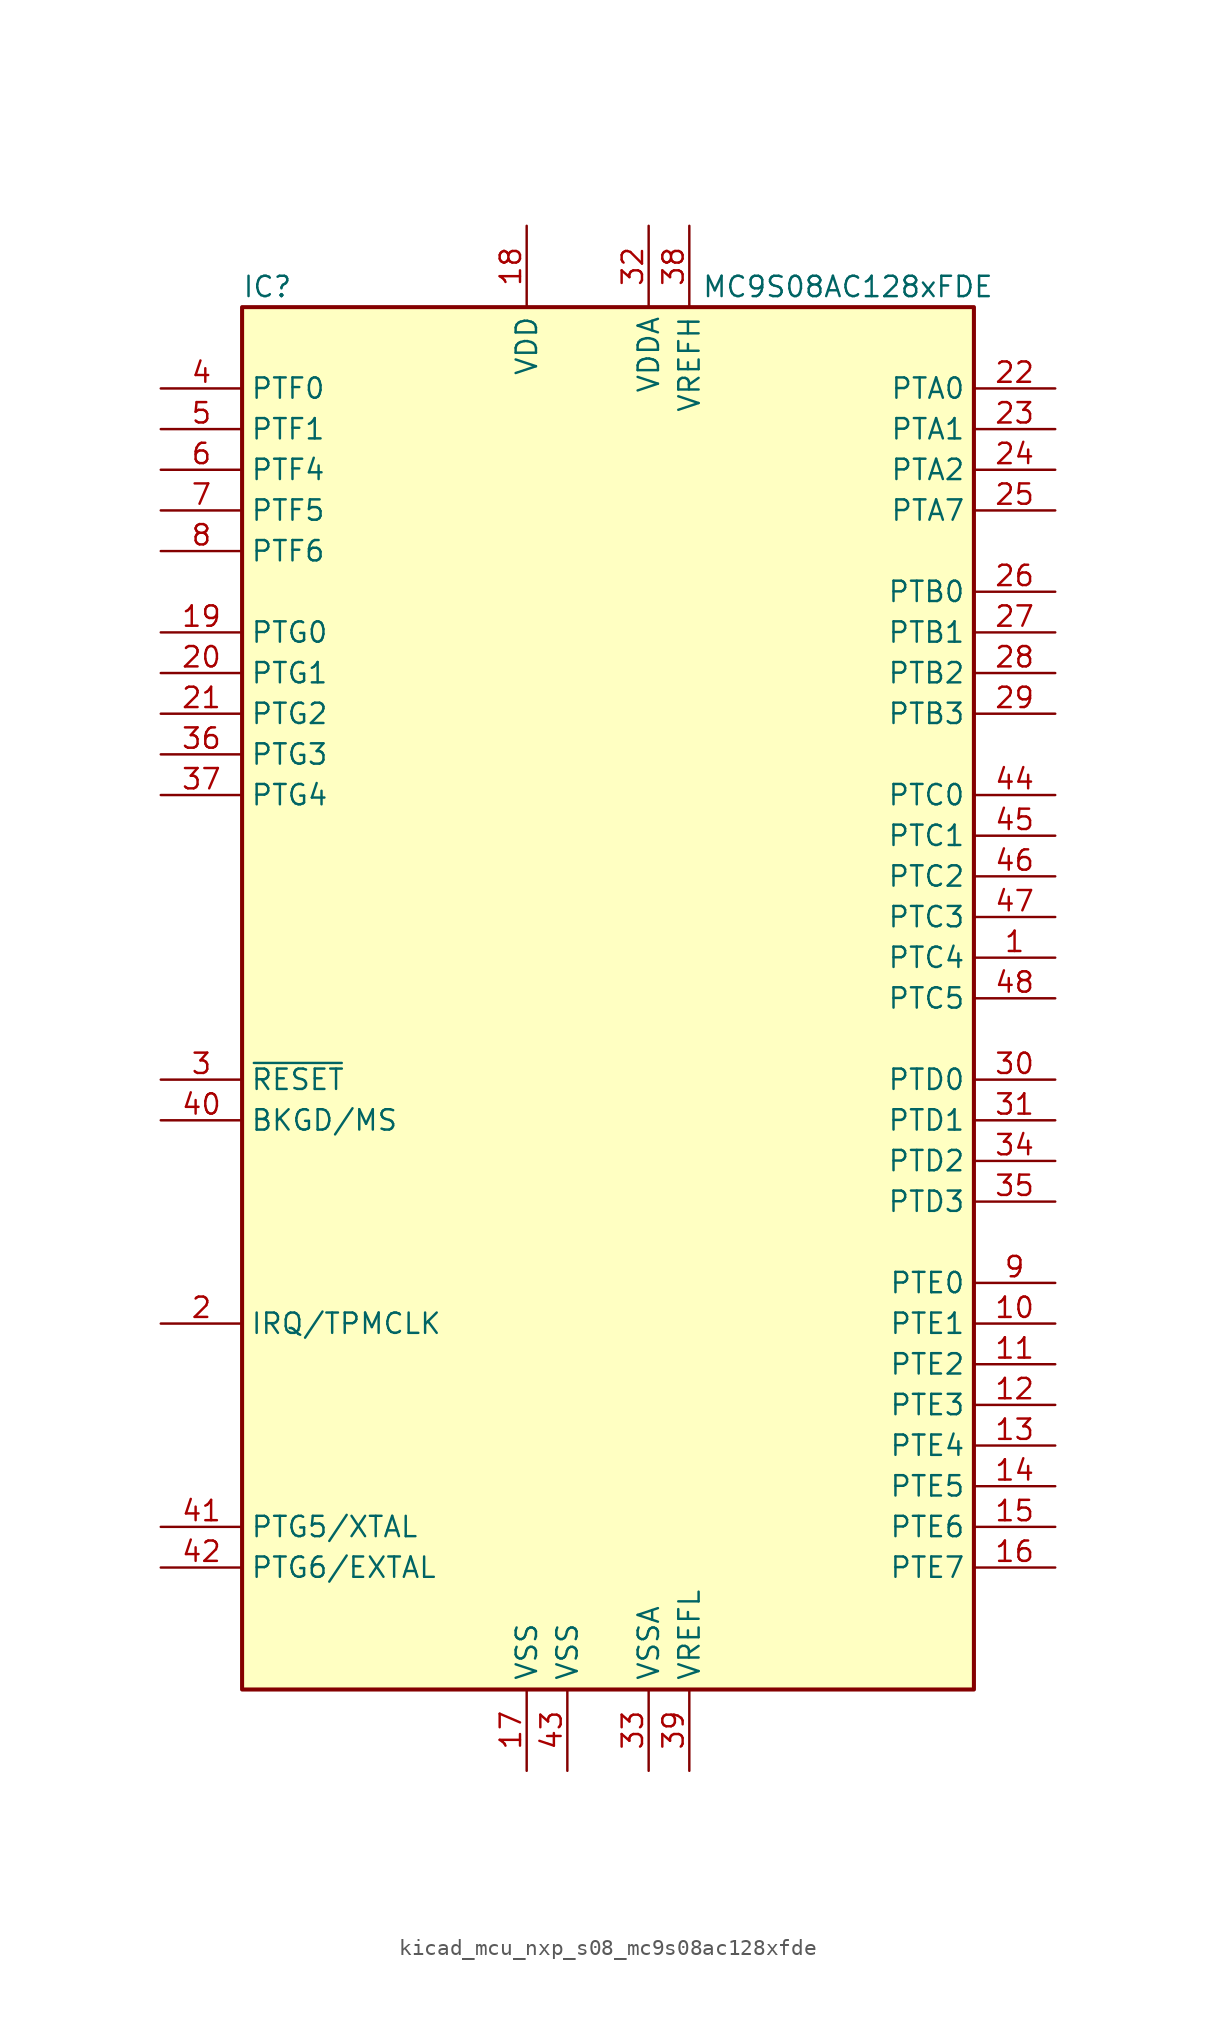
<source format=kicad_sym>
(kicad_symbol_lib
  (version 20220914)
  (generator kicad_symbol_editor)
  (symbol "kicad_mcu_nxp_s08_mc9s08ac128xfde"
    (property "Reference" "IC"
      (at -22.86 44.45 0)
      (effects (font (size 1.27 1.27)) (justify left)))
    (property "Value" "MC9S08AC128xFDE"
      (at 24.13 44.45 0)
      (effects (font (size 1.27 1.27)) (justify right)))
    (symbol "kicad_mcu_nxp_s08_mc9s08ac128xfde_0_1"
      (rectangle (start -22.86 43.18) (end 22.86 -43.18) (stroke (width 0.254) (type default)) (fill (type background))))
    (symbol "kicad_mcu_nxp_s08_mc9s08ac128xfde_1_1"
      (pin bidirectional line (at 27.94 2.54 180) (length 5.08) (name "PTC4" (effects (font (size 1.27 1.27)))) (number "1" (effects (font (size 1.27 1.27)))))
      (pin bidirectional line (at 27.94 -20.32 180) (length 5.08) (name "PTE1" (effects (font (size 1.27 1.27)))) (number "10" (effects (font (size 1.27 1.27)))))
      (pin bidirectional line (at 27.94 -22.86 180) (length 5.08) (name "PTE2" (effects (font (size 1.27 1.27)))) (number "11" (effects (font (size 1.27 1.27)))))
      (pin bidirectional line (at 27.94 -25.4 180) (length 5.08) (name "PTE3" (effects (font (size 1.27 1.27)))) (number "12" (effects (font (size 1.27 1.27)))))
      (pin bidirectional line (at 27.94 -27.94 180) (length 5.08) (name "PTE4" (effects (font (size 1.27 1.27)))) (number "13" (effects (font (size 1.27 1.27)))))
      (pin bidirectional line (at 27.94 -30.48 180) (length 5.08) (name "PTE5" (effects (font (size 1.27 1.27)))) (number "14" (effects (font (size 1.27 1.27)))))
      (pin bidirectional line (at 27.94 -33.02 180) (length 5.08) (name "PTE6" (effects (font (size 1.27 1.27)))) (number "15" (effects (font (size 1.27 1.27)))))
      (pin bidirectional line (at 27.94 -35.56 180) (length 5.08) (name "PTE7" (effects (font (size 1.27 1.27)))) (number "16" (effects (font (size 1.27 1.27)))))
      (pin power_in line (at -5.08 -48.26 90) (length 5.08) (name "VSS" (effects (font (size 1.27 1.27)))) (number "17" (effects (font (size 1.27 1.27)))))
      (pin power_in line (at -5.08 48.26 270) (length 5.08) (name "VDD" (effects (font (size 1.27 1.27)))) (number "18" (effects (font (size 1.27 1.27)))))
      (pin bidirectional line (at -27.94 22.86 0) (length 5.08) (name "PTG0" (effects (font (size 1.27 1.27)))) (number "19" (effects (font (size 1.27 1.27)))))
      (pin input line (at -27.94 -20.32 0) (length 5.08) (name "IRQ/TPMCLK" (effects (font (size 1.27 1.27)))) (number "2" (effects (font (size 1.27 1.27)))))
      (pin bidirectional line (at -27.94 20.32 0) (length 5.08) (name "PTG1" (effects (font (size 1.27 1.27)))) (number "20" (effects (font (size 1.27 1.27)))))
      (pin bidirectional line (at -27.94 17.78 0) (length 5.08) (name "PTG2" (effects (font (size 1.27 1.27)))) (number "21" (effects (font (size 1.27 1.27)))))
      (pin bidirectional line (at 27.94 38.1 180) (length 5.08) (name "PTA0" (effects (font (size 1.27 1.27)))) (number "22" (effects (font (size 1.27 1.27)))))
      (pin bidirectional line (at 27.94 35.56 180) (length 5.08) (name "PTA1" (effects (font (size 1.27 1.27)))) (number "23" (effects (font (size 1.27 1.27)))))
      (pin bidirectional line (at 27.94 33.02 180) (length 5.08) (name "PTA2" (effects (font (size 1.27 1.27)))) (number "24" (effects (font (size 1.27 1.27)))))
      (pin bidirectional line (at 27.94 30.48 180) (length 5.08) (name "PTA7" (effects (font (size 1.27 1.27)))) (number "25" (effects (font (size 1.27 1.27)))))
      (pin bidirectional line (at 27.94 25.4 180) (length 5.08) (name "PTB0" (effects (font (size 1.27 1.27)))) (number "26" (effects (font (size 1.27 1.27)))))
      (pin bidirectional line (at 27.94 22.86 180) (length 5.08) (name "PTB1" (effects (font (size 1.27 1.27)))) (number "27" (effects (font (size 1.27 1.27)))))
      (pin bidirectional line (at 27.94 20.32 180) (length 5.08) (name "PTB2" (effects (font (size 1.27 1.27)))) (number "28" (effects (font (size 1.27 1.27)))))
      (pin bidirectional line (at 27.94 17.78 180) (length 5.08) (name "PTB3" (effects (font (size 1.27 1.27)))) (number "29" (effects (font (size 1.27 1.27)))))
      (pin input line (at -27.94 -5.08 0) (length 5.08) (name "~{RESET}" (effects (font (size 1.27 1.27)))) (number "3" (effects (font (size 1.27 1.27)))))
      (pin bidirectional line (at 27.94 -5.08 180) (length 5.08) (name "PTD0" (effects (font (size 1.27 1.27)))) (number "30" (effects (font (size 1.27 1.27)))))
      (pin bidirectional line (at 27.94 -7.62 180) (length 5.08) (name "PTD1" (effects (font (size 1.27 1.27)))) (number "31" (effects (font (size 1.27 1.27)))))
      (pin power_in line (at 2.54 48.26 270) (length 5.08) (name "VDDA" (effects (font (size 1.27 1.27)))) (number "32" (effects (font (size 1.27 1.27)))))
      (pin power_in line (at 2.54 -48.26 90) (length 5.08) (name "VSSA" (effects (font (size 1.27 1.27)))) (number "33" (effects (font (size 1.27 1.27)))))
      (pin bidirectional line (at 27.94 -10.16 180) (length 5.08) (name "PTD2" (effects (font (size 1.27 1.27)))) (number "34" (effects (font (size 1.27 1.27)))))
      (pin bidirectional line (at 27.94 -12.7 180) (length 5.08) (name "PTD3" (effects (font (size 1.27 1.27)))) (number "35" (effects (font (size 1.27 1.27)))))
      (pin bidirectional line (at -27.94 15.24 0) (length 5.08) (name "PTG3" (effects (font (size 1.27 1.27)))) (number "36" (effects (font (size 1.27 1.27)))))
      (pin bidirectional line (at -27.94 12.7 0) (length 5.08) (name "PTG4" (effects (font (size 1.27 1.27)))) (number "37" (effects (font (size 1.27 1.27)))))
      (pin power_in line (at 5.08 48.26 270) (length 5.08) (name "VREFH" (effects (font (size 1.27 1.27)))) (number "38" (effects (font (size 1.27 1.27)))))
      (pin power_in line (at 5.08 -48.26 90) (length 5.08) (name "VREFL" (effects (font (size 1.27 1.27)))) (number "39" (effects (font (size 1.27 1.27)))))
      (pin bidirectional line (at -27.94 38.1 0) (length 5.08) (name "PTF0" (effects (font (size 1.27 1.27)))) (number "4" (effects (font (size 1.27 1.27)))))
      (pin bidirectional line (at -27.94 -7.62 0) (length 5.08) (name "BKGD/MS" (effects (font (size 1.27 1.27)))) (number "40" (effects (font (size 1.27 1.27)))))
      (pin bidirectional line (at -27.94 -33.02 0) (length 5.08) (name "PTG5/XTAL" (effects (font (size 1.27 1.27)))) (number "41" (effects (font (size 1.27 1.27)))))
      (pin bidirectional line (at -27.94 -35.56 0) (length 5.08) (name "PTG6/EXTAL" (effects (font (size 1.27 1.27)))) (number "42" (effects (font (size 1.27 1.27)))))
      (pin power_in line (at -2.54 -48.26 90) (length 5.08) (name "VSS" (effects (font (size 1.27 1.27)))) (number "43" (effects (font (size 1.27 1.27)))))
      (pin bidirectional line (at 27.94 12.7 180) (length 5.08) (name "PTC0" (effects (font (size 1.27 1.27)))) (number "44" (effects (font (size 1.27 1.27)))))
      (pin bidirectional line (at 27.94 10.16 180) (length 5.08) (name "PTC1" (effects (font (size 1.27 1.27)))) (number "45" (effects (font (size 1.27 1.27)))))
      (pin bidirectional line (at 27.94 7.62 180) (length 5.08) (name "PTC2" (effects (font (size 1.27 1.27)))) (number "46" (effects (font (size 1.27 1.27)))))
      (pin bidirectional line (at 27.94 5.08 180) (length 5.08) (name "PTC3" (effects (font (size 1.27 1.27)))) (number "47" (effects (font (size 1.27 1.27)))))
      (pin bidirectional line (at 27.94 0 180) (length 5.08) (name "PTC5" (effects (font (size 1.27 1.27)))) (number "48" (effects (font (size 1.27 1.27)))))
      (pin bidirectional line (at -27.94 35.56 0) (length 5.08) (name "PTF1" (effects (font (size 1.27 1.27)))) (number "5" (effects (font (size 1.27 1.27)))))
      (pin bidirectional line (at -27.94 33.02 0) (length 5.08) (name "PTF4" (effects (font (size 1.27 1.27)))) (number "6" (effects (font (size 1.27 1.27)))))
      (pin bidirectional line (at -27.94 30.48 0) (length 5.08) (name "PTF5" (effects (font (size 1.27 1.27)))) (number "7" (effects (font (size 1.27 1.27)))))
      (pin bidirectional line (at -27.94 27.94 0) (length 5.08) (name "PTF6" (effects (font (size 1.27 1.27)))) (number "8" (effects (font (size 1.27 1.27)))))
      (pin bidirectional line (at 27.94 -17.78 180) (length 5.08) (name "PTE0" (effects (font (size 1.27 1.27)))) (number "9" (effects (font (size 1.27 1.27))))))))
</source>
